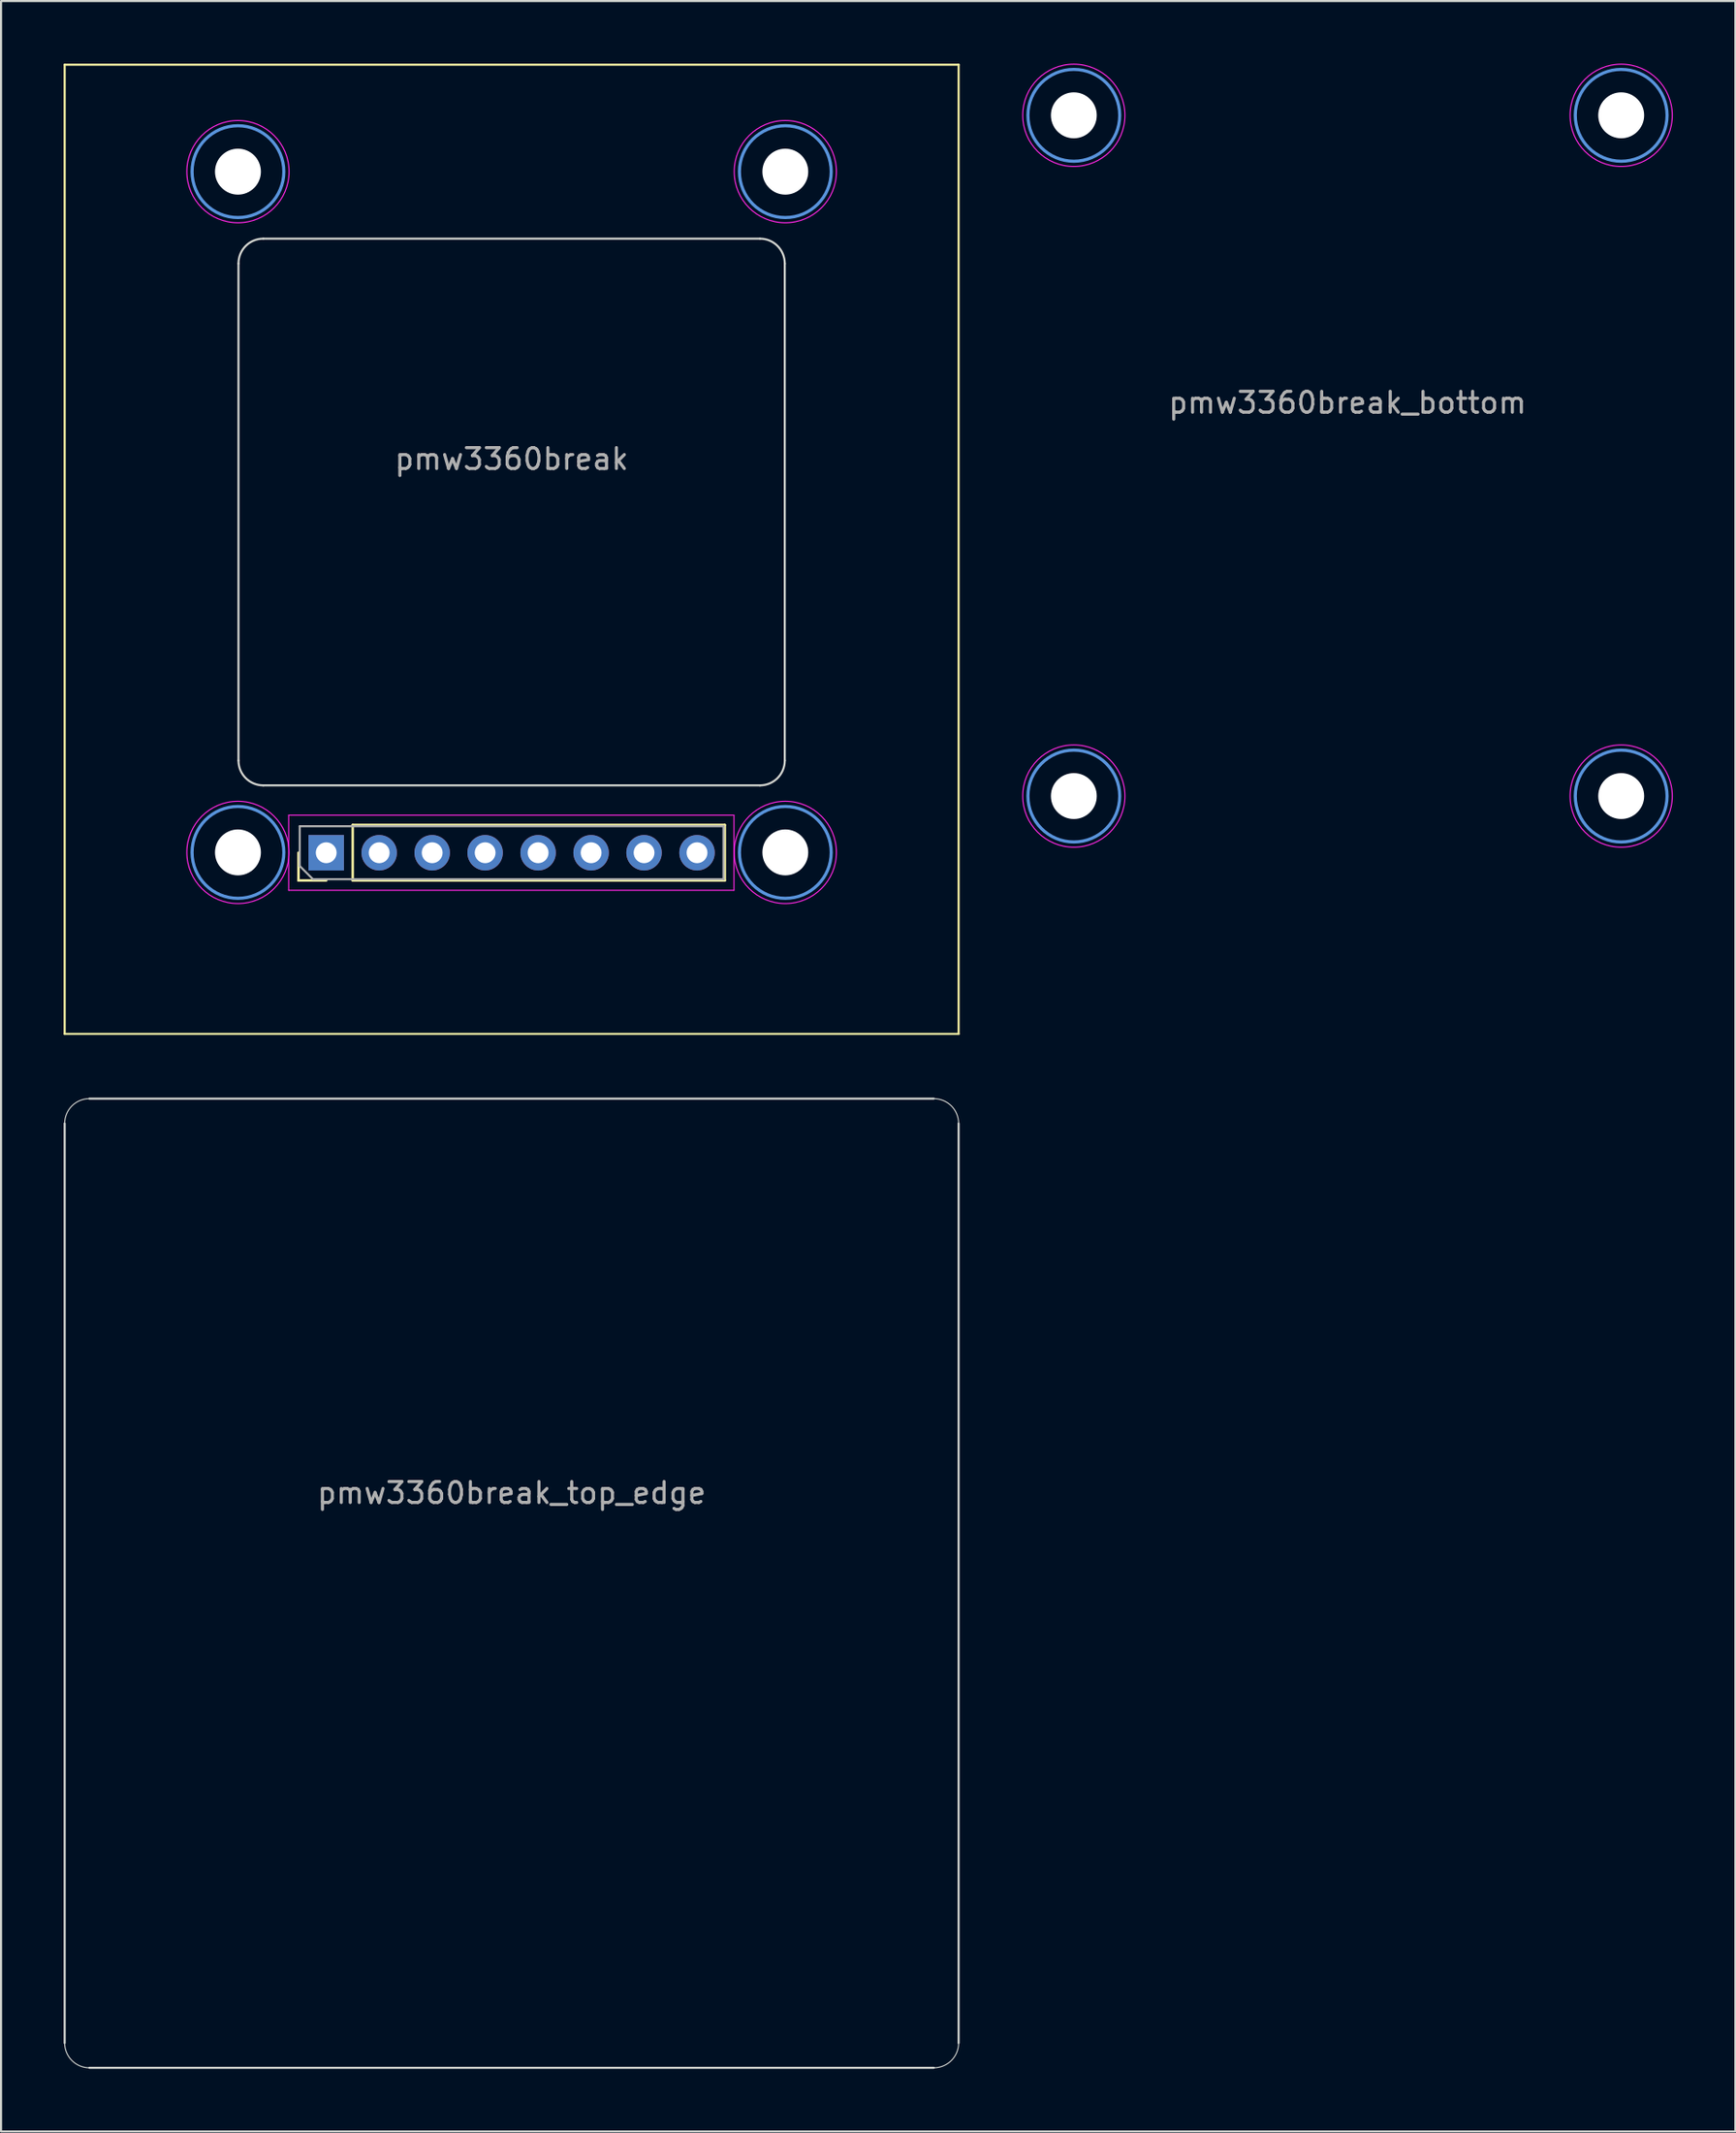
<source format=kicad_pcb>
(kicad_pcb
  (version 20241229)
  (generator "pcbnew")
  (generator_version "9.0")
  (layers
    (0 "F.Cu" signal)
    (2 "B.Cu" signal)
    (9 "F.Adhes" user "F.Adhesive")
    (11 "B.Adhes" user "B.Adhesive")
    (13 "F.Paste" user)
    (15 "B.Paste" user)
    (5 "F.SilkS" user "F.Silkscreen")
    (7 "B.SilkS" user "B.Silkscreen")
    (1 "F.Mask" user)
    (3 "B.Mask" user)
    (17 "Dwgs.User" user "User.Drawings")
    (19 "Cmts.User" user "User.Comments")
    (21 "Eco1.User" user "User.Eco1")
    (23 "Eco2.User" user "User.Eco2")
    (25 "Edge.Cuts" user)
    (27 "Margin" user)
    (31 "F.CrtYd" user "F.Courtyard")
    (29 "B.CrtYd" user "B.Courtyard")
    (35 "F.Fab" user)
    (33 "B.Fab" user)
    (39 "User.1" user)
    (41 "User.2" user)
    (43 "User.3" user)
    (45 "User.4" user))
  (footprint "pmw3360break_bottom"
    (layer "F.Cu")
    (at 61.559 18.782)
    (property "Reference" "pmw3360break_bottom" (at 0 -2.54 0) (layer "F.Fab") (effects (font (size 1 1) (thickness 0.15))))
    (attr exclude_from_pos_files)
    (fp_circle (center -13.122 -16.307) (end -10.922 -16.307) (stroke (width 0.15) (type solid)) (fill no) (layer "Cmts.User"))
    (fp_circle (center -13.122 16.307) (end -10.922 16.307) (stroke (width 0.15) (type solid)) (fill no) (layer "Cmts.User"))
    (fp_circle (center 13.122 -16.307) (end 15.322 -16.307) (stroke (width 0.15) (type solid)) (fill no) (layer "Cmts.User"))
    (fp_circle (center 13.122 16.307) (end 15.322 16.307) (stroke (width 0.15) (type solid)) (fill no) (layer "Cmts.User"))
    (fp_circle (center -13.122 -16.307) (end -10.672 -16.307) (stroke (width 0.05) (type solid)) (fill no) (layer "F.CrtYd"))
    (fp_circle (center -13.122 16.307) (end -10.672 16.307) (stroke (width 0.05) (type solid)) (fill no) (layer "F.CrtYd"))
    (fp_circle (center 13.122 -16.307) (end 15.572 -16.307) (stroke (width 0.05) (type solid)) (fill no) (layer "F.CrtYd"))
    (fp_circle (center 13.122 16.307) (end 15.572 16.307) (stroke (width 0.05) (type solid)) (fill no) (layer "F.CrtYd"))
    (pad "" np_thru_hole circle (at -13.122 -16.307) (size 2.2 2.2) (drill 2.2) (layers "*.Cu" "*.Mask"))
    (pad "" np_thru_hole circle (at -13.122 16.307) (size 2.2 2.2) (drill 2.2) (layers "*.Cu" "*.Mask"))
    (pad "" np_thru_hole circle (at 13.122 -16.307) (size 2.2 2.2) (drill 2.2) (layers "*.Cu" "*.Mask"))
    (pad "" np_thru_hole circle (at 13.122 16.307) (size 2.2 2.2) (drill 2.2) (layers "*.Cu" "*.Mask")))
  (footprint "pmw3360break"
    (layer "F.Cu")
    (at 21.481 21.481)
    (property "Reference" "pmw3360break" (at 0 -2.54 0) (layer "F.Fab") (effects (font (size 1 1) (thickness 0.15))))
    (attr exclude_from_pos_files)
    (fp_line (start -21.431 -21.431) (end 21.431 -21.431) (stroke (width 0.1) (type default)) (layer "F.SilkS"))
    (fp_line (start -21.431 25.003) (end -21.431 -21.431) (stroke (width 0.1) (type default)) (layer "F.SilkS"))
    (fp_line (start -10.22 17.653) (end -10.22 16.323) (stroke (width 0.12) (type solid)) (layer "F.SilkS"))
    (fp_line (start -8.89 17.653) (end -10.22 17.653) (stroke (width 0.12) (type solid)) (layer "F.SilkS"))
    (fp_line (start -7.62 14.993) (end 10.22 14.993) (stroke (width 0.12) (type solid)) (layer "F.SilkS"))
    (fp_line (start -7.62 17.653) (end -7.62 14.993) (stroke (width 0.12) (type solid)) (layer "F.SilkS"))
    (fp_line (start -7.62 17.653) (end 10.22 17.653) (stroke (width 0.12) (type solid)) (layer "F.SilkS"))
    (fp_line (start 10.22 17.653) (end 10.22 14.993) (stroke (width 0.12) (type solid)) (layer "F.SilkS"))
    (fp_line (start 21.431 -21.431) (end 21.431 25.003) (stroke (width 0.1) (type default)) (layer "F.SilkS"))
    (fp_line (start 21.431 25.003) (end -21.431 25.003) (stroke (width 0.1) (type default)) (layer "F.SilkS"))
    (fp_circle (center -13.122 -16.307) (end -10.922 -16.307) (stroke (width 0.15) (type solid)) (fill no) (layer "Cmts.User"))
    (fp_circle (center -13.122 16.307) (end -10.922 16.307) (stroke (width 0.15) (type solid)) (fill no) (layer "Cmts.User"))
    (fp_circle (center 13.122 -16.307) (end 15.322 -16.307) (stroke (width 0.15) (type solid)) (fill no) (layer "Cmts.User"))
    (fp_circle (center 13.122 16.307) (end 15.322 16.307) (stroke (width 0.15) (type solid)) (fill no) (layer "Cmts.User"))
    (fp_line (start -13.097 11.906) (end -13.097 -11.906) (stroke (width 0.1) (type default)) (layer "Edge.Cuts"))
    (fp_line (start -11.906 -13.097) (end 11.906 -13.097) (stroke (width 0.1) (type default)) (layer "Edge.Cuts"))
    (fp_line (start 11.906 13.097) (end -11.906 13.097) (stroke (width 0.1) (type default)) (layer "Edge.Cuts"))
    (fp_line (start 13.097 -11.906) (end 13.097 11.906) (stroke (width 0.1) (type default)) (layer "Edge.Cuts"))
    (fp_arc (start -13.096875 -11.90625) (mid -12.748149 -12.748149) (end -11.90625 -13.096875) (stroke (width 0.1) (type default)) (layer "Edge.Cuts"))
    (fp_arc (start -11.90625 13.096875) (mid -12.748149 12.748149) (end -13.096875 11.90625) (stroke (width 0.1) (type default)) (layer "Edge.Cuts"))
    (fp_arc (start 11.90625 -13.096875) (mid 12.748149 -12.748149) (end 13.096875 -11.90625) (stroke (width 0.1) (type default)) (layer "Edge.Cuts"))
    (fp_arc (start 13.096875 11.90625) (mid 12.748149 12.748149) (end 11.90625 13.096875) (stroke (width 0.1) (type default)) (layer "Edge.Cuts"))
    (fp_line (start -10.69 14.523) (end -10.69 18.123) (stroke (width 0.05) (type solid)) (layer "F.CrtYd"))
    (fp_line (start -10.69 18.123) (end 10.66 18.123) (stroke (width 0.05) (type solid)) (layer "F.CrtYd"))
    (fp_line (start 10.66 14.523) (end -10.69 14.523) (stroke (width 0.05) (type solid)) (layer "F.CrtYd"))
    (fp_line (start 10.66 18.123) (end 10.66 14.523) (stroke (width 0.05) (type solid)) (layer "F.CrtYd"))
    (fp_circle (center -13.122 -16.307) (end -10.672 -16.307) (stroke (width 0.05) (type solid)) (fill no) (layer "F.CrtYd"))
    (fp_circle (center -13.122 16.307) (end -10.672 16.307) (stroke (width 0.05) (type solid)) (fill no) (layer "F.CrtYd"))
    (fp_circle (center 13.122 -16.307) (end 15.572 -16.307) (stroke (width 0.05) (type solid)) (fill no) (layer "F.CrtYd"))
    (fp_circle (center 13.122 16.307) (end 15.572 16.307) (stroke (width 0.05) (type solid)) (fill no) (layer "F.CrtYd"))
    (fp_line (start -10.16 15.053) (end 10.16 15.053) (stroke (width 0.1) (type solid)) (layer "F.Fab"))
    (fp_line (start -10.16 16.958) (end -10.16 15.053) (stroke (width 0.1) (type solid)) (layer "F.Fab"))
    (fp_line (start -9.525 17.593) (end -10.16 16.958) (stroke (width 0.1) (type solid)) (layer "F.Fab"))
    (fp_line (start 10.16 15.053) (end 10.16 17.593) (stroke (width 0.1) (type solid)) (layer "F.Fab"))
    (fp_line (start 10.16 17.593) (end -9.525 17.593) (stroke (width 0.1) (type solid)) (layer "F.Fab"))
    (pad "" np_thru_hole circle (at -13.122 -16.307) (size 2.2 2.2) (drill 2.2) (layers "*.Cu" "*.Mask"))
    (pad "" np_thru_hole circle (at -13.122 16.307) (size 2.2 2.2) (drill 2.2) (layers "*.Cu" "*.Mask"))
    (pad "" np_thru_hole circle (at 13.122 -16.307) (size 2.2 2.2) (drill 2.2) (layers "*.Cu" "*.Mask"))
    (pad "" np_thru_hole circle (at 13.122 16.307) (size 2.2 2.2) (drill 2.2) (layers "*.Cu" "*.Mask"))
    (pad "1" thru_hole rect (at -8.89 16.323 90) (size 1.7 1.7) (drill 1) (layers "*.Cu" "*.Mask"))
    (pad "2" thru_hole oval (at -6.35 16.323 90) (size 1.7 1.7) (drill 1) (layers "*.Cu" "*.Mask"))
    (pad "3" thru_hole oval (at -3.81 16.323 90) (size 1.7 1.7) (drill 1) (layers "*.Cu" "*.Mask"))
    (pad "4" thru_hole oval (at -1.27 16.323 90) (size 1.7 1.7) (drill 1) (layers "*.Cu" "*.Mask"))
    (pad "5" thru_hole oval (at 1.27 16.323 90) (size 1.7 1.7) (drill 1) (layers "*.Cu" "*.Mask"))
    (pad "6" thru_hole oval (at 3.81 16.323 90) (size 1.7 1.7) (drill 1) (layers "*.Cu" "*.Mask"))
    (pad "7" thru_hole oval (at 6.35 16.323 90) (size 1.7 1.7) (drill 1) (layers "*.Cu" "*.Mask"))
    (pad "8" thru_hole oval (at 8.89 16.323 90) (size 1.7 1.7) (drill 1) (layers "*.Cu" "*.Mask")))
  (footprint "pmw3360break_top_edge"
    (layer "F.Cu")
    (at 21.481 71.016)
    (property "Reference" "pmw3360break_top_edge" (at 0 -2.54 0) (layer "F.Fab") (effects (font (size 1 1) (thickness 0.15))))
    (attr exclude_from_pos_files)
    (fp_line (start -21.431 23.812) (end -21.431 -20.241) (stroke (width 0.1) (type default)) (layer "Edge.Cuts"))
    (fp_line (start -20.241 -21.431) (end 20.241 -21.431) (stroke (width 0.1) (type default)) (layer "Edge.Cuts"))
    (fp_line (start 20.241 25.003) (end -20.241 25.003) (stroke (width 0.1) (type default)) (layer "Edge.Cuts"))
    (fp_line (start 21.431 -20.241) (end 21.431 23.812) (stroke (width 0.1) (type default)) (layer "Edge.Cuts"))
    (fp_arc (start -21.43125 -20.240625) (mid -21.082524 -21.082524) (end -20.240625 -21.43125) (stroke (width 0.05) (type default)) (layer "Edge.Cuts"))
    (fp_arc (start -20.240625 25.003125) (mid -21.082524 24.654399) (end -21.43125 23.8125) (stroke (width 0.05) (type default)) (layer "Edge.Cuts"))
    (fp_arc (start 20.240625 -21.43125) (mid 21.082524 -21.082524) (end 21.43125 -20.240625) (stroke (width 0.05) (type default)) (layer "Edge.Cuts"))
    (fp_arc (start 21.43125 23.8125) (mid 21.082524 24.654399) (end 20.240625 25.003125) (stroke (width 0.05) (type default)) (layer "Edge.Cuts")))
  (gr_rect
    (start -3 -3)
    (end 80.156 99.069)
    (stroke (width 0.1) (type default))
    (fill no)
    (layer "Edge.Cuts")))
</source>
